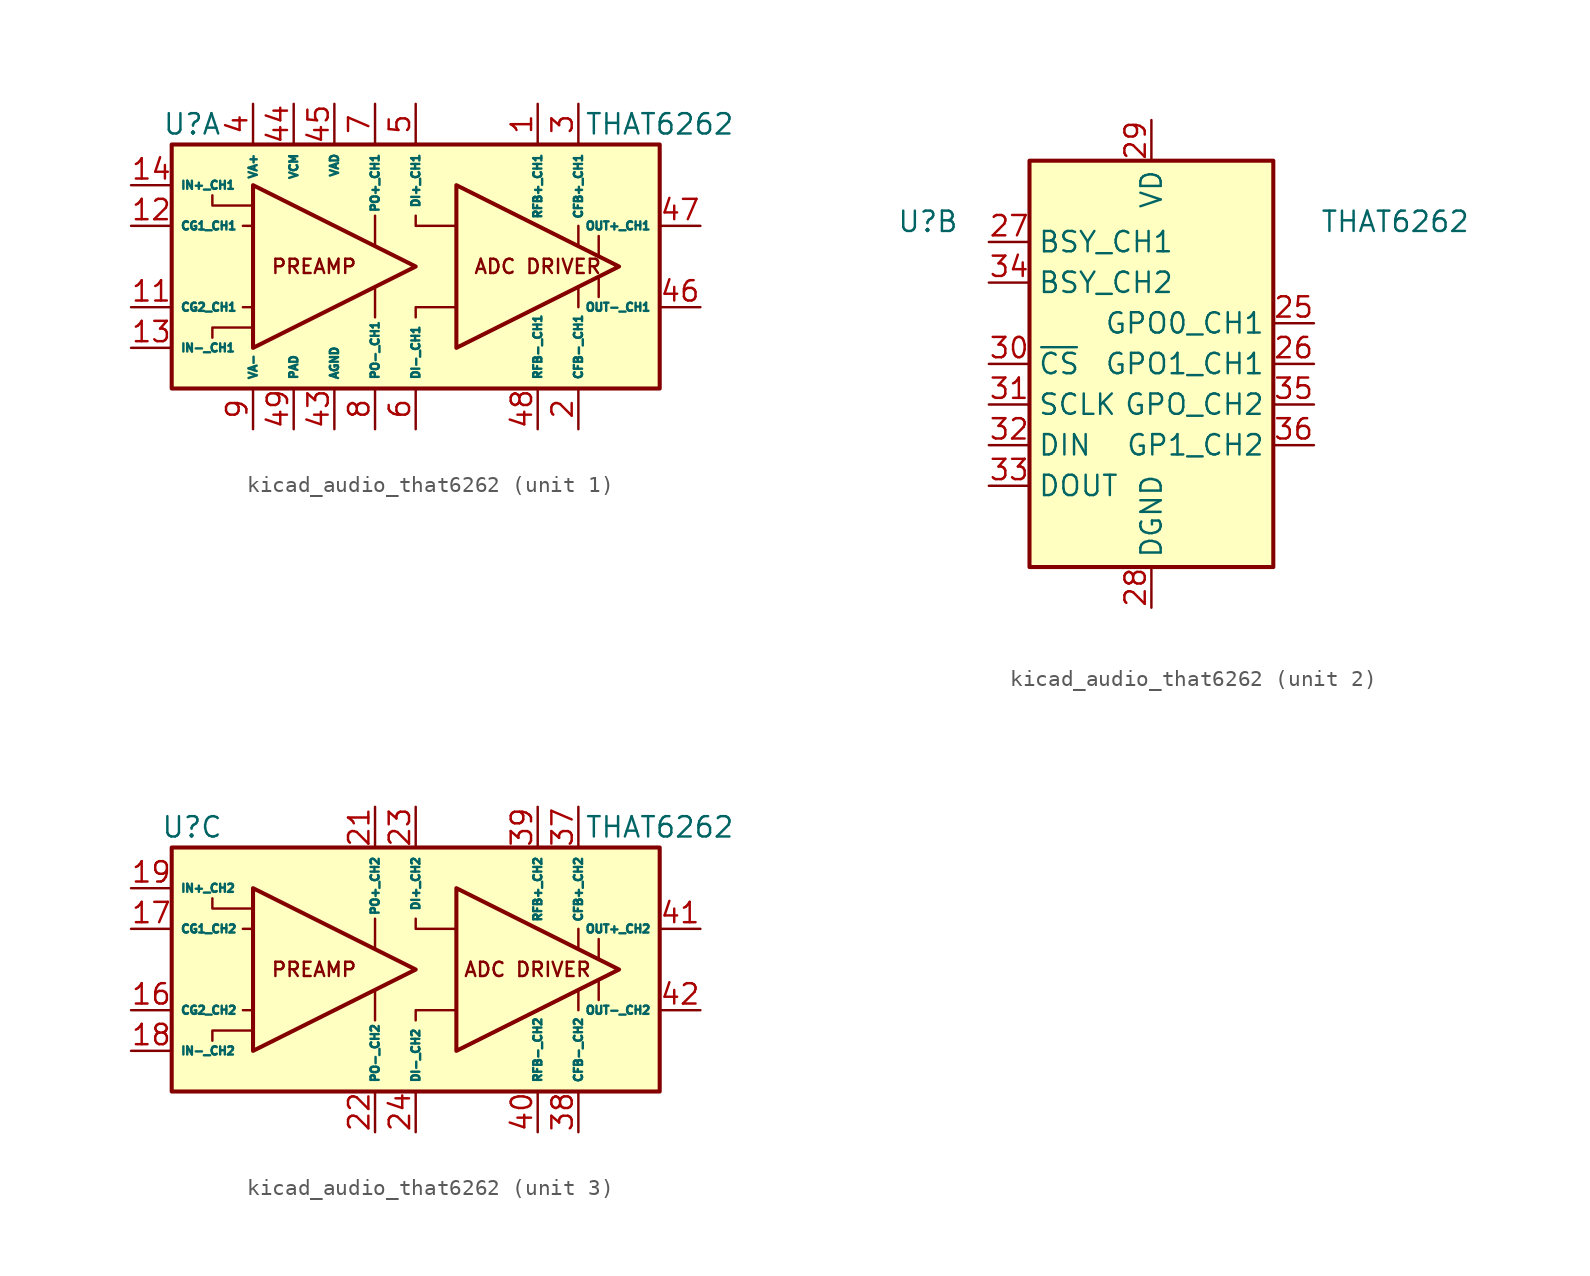
<source format=kicad_sym>
(kicad_symbol_lib
  (version 20220914)
  (generator kicad_symbol_editor)
  (symbol "kicad_audio_that6262"
    (property "Reference" "U"
      (at -13.97 8.89 0)
      (effects (font (size 1.27 1.27))))
    (property "Value" "THAT6262"
      (at 15.24 8.89 0)
      (effects (font (size 1.27 1.27))))
    (property "ki_locked" ""
      (at 0 0 0)
      (effects (font (size 1.27 1.27))))
    (symbol "kicad_audio_that6262_1_0"
      (polyline (pts (xy -10.795 -2.54) (xy -10.16 -2.54)) (stroke (width 0) (type default)) (fill (type none)))
      (polyline (pts (xy -10.795 2.54) (xy -10.16 2.54)) (stroke (width 0) (type default)) (fill (type none)))
      (polyline (pts (xy -2.54 -3.175) (xy -2.54 -1.27)) (stroke (width 0) (type default)) (fill (type none)))
      (polyline (pts (xy -2.54 3.175) (xy -2.54 1.27)) (stroke (width 0) (type default)) (fill (type none)))
      (polyline (pts (xy 10.16 -1.27) (xy 10.16 -2.54)) (stroke (width 0) (type default)) (fill (type none)))
      (polyline (pts (xy 10.16 2.54) (xy 10.16 1.27)) (stroke (width 0) (type default)) (fill (type none)))
      (polyline (pts (xy 11.43 -1.905) (xy 11.43 -0.635)) (stroke (width 0) (type default)) (fill (type none)))
      (polyline (pts (xy 11.43 0.635) (xy 11.43 1.905)) (stroke (width 0) (type default)) (fill (type none)))
      (polyline (pts (xy -12.7 -4.445) (xy -12.7 -3.81) (xy -10.16 -3.81)) (stroke (width 0) (type default)) (fill (type none)))
      (polyline (pts (xy 0 -3.175) (xy 0 -2.54) (xy 2.54 -2.54)) (stroke (width 0) (type default)) (fill (type none)))
      (polyline (pts (xy 0 3.175) (xy 0 2.54) (xy 2.54 2.54)) (stroke (width 0) (type default)) (fill (type none)))
      (polyline (pts (xy -12.7 4.445) (xy -12.7 3.81) (xy -10.795 3.81) (xy -10.16 3.81)) (stroke (width 0) (type default)) (fill (type none)))
      (text "ADC DRIVER" (at 7.62 0 0) (effects (font (size 0.889 0.889))))
      (text "PREAMP" (at -6.35 0 0) (effects (font (size 0.889 0.889)))))
    (symbol "kicad_audio_that6262_1_1"
      (rectangle (start -15.24 7.62) (end 15.24 -7.62) (stroke (width 0.254) (type default)) (fill (type background)))
      (polyline (pts (xy 0 0) (xy -10.16 5.08) (xy -10.16 -5.08) (xy 0 0)) (stroke (width 0.254) (type default)) (fill (type background)))
      (polyline (pts (xy 2.54 -5.08) (xy 2.54 5.08) (xy 12.7 0) (xy 2.54 -5.08)) (stroke (width 0.254) (type default)) (fill (type background)))
      (pin passive line (at 7.62 10.16 270) (length 2.54) (name "RFB+_CH1" (effects (font (size 0.508 0.508)))) (number "1" (effects (font (size 1.27 1.27)))))
      (pin passive line (at -10.16 10.16 270) (length 2.54) hide (name "VA+" (effects (font (size 0.508 0.508)))) (number "10" (effects (font (size 1.27 1.27)))))
      (pin passive line (at -17.78 -2.54 0) (length 2.54) (name "CG2_CH1" (effects (font (size 0.508 0.508)))) (number "11" (effects (font (size 1.27 1.27)))))
      (pin passive line (at -17.78 2.54 0) (length 2.54) (name "CG1_CH1" (effects (font (size 0.508 0.508)))) (number "12" (effects (font (size 1.27 1.27)))))
      (pin input line (at -17.78 -5.08 0) (length 2.54) (name "IN-_CH1" (effects (font (size 0.508 0.508)))) (number "13" (effects (font (size 1.27 1.27)))))
      (pin input line (at -17.78 5.08 0) (length 2.54) (name "IN+_CH1" (effects (font (size 0.508 0.508)))) (number "14" (effects (font (size 1.27 1.27)))))
      (pin passive line (at -10.16 -10.16 90) (length 2.54) hide (name "VA-" (effects (font (size 0.508 0.508)))) (number "15" (effects (font (size 1.27 1.27)))))
      (pin passive line (at 10.16 -10.16 90) (length 2.54) (name "CFB-_CH1" (effects (font (size 0.508 0.508)))) (number "2" (effects (font (size 1.27 1.27)))))
      (pin passive line (at -10.16 -10.16 90) (length 2.54) hide (name "VA-" (effects (font (size 0.508 0.508)))) (number "20" (effects (font (size 1.27 1.27)))))
      (pin passive line (at 10.16 10.16 270) (length 2.54) (name "CFB+_CH1" (effects (font (size 0.508 0.508)))) (number "3" (effects (font (size 1.27 1.27)))))
      (pin power_in line (at -10.16 10.16 270) (length 2.54) (name "VA+" (effects (font (size 0.508 0.508)))) (number "4" (effects (font (size 1.27 1.27)))))
      (pin power_in line (at -5.08 -10.16 90) (length 2.54) (name "AGND" (effects (font (size 0.508 0.508)))) (number "43" (effects (font (size 1.27 1.27)))))
      (pin power_in line (at -7.62 10.16 270) (length 2.54) (name "VCM" (effects (font (size 0.508 0.508)))) (number "44" (effects (font (size 1.27 1.27)))))
      (pin power_in line (at -5.08 10.16 270) (length 2.54) (name "VAD" (effects (font (size 0.508 0.508)))) (number "45" (effects (font (size 1.27 1.27)))))
      (pin output line (at 17.78 -2.54 180) (length 2.54) (name "OUT-_CH1" (effects (font (size 0.508 0.508)))) (number "46" (effects (font (size 1.27 1.27)))))
      (pin output line (at 17.78 2.54 180) (length 2.54) (name "OUT+_CH1" (effects (font (size 0.508 0.508)))) (number "47" (effects (font (size 1.27 1.27)))))
      (pin passive line (at 7.62 -10.16 90) (length 2.54) (name "RFB-_CH1" (effects (font (size 0.508 0.508)))) (number "48" (effects (font (size 1.27 1.27)))))
      (pin passive line (at -7.62 -10.16 90) (length 2.54) (name "PAD" (effects (font (size 0.508 0.508)))) (number "49" (effects (font (size 1.27 1.27)))))
      (pin input line (at 0 10.16 270) (length 2.54) (name "DI+_CH1" (effects (font (size 0.508 0.508)))) (number "5" (effects (font (size 1.27 1.27)))))
      (pin input line (at 0 -10.16 90) (length 2.54) (name "DI-_CH1" (effects (font (size 0.508 0.508)))) (number "6" (effects (font (size 1.27 1.27)))))
      (pin output line (at -2.54 10.16 270) (length 2.54) (name "PO+_CH1" (effects (font (size 0.508 0.508)))) (number "7" (effects (font (size 1.27 1.27)))))
      (pin output line (at -2.54 -10.16 90) (length 2.54) (name "PO-_CH1" (effects (font (size 0.508 0.508)))) (number "8" (effects (font (size 1.27 1.27)))))
      (pin power_in line (at -10.16 -10.16 90) (length 2.54) (name "VA-" (effects (font (size 0.508 0.508)))) (number "9" (effects (font (size 1.27 1.27))))))
    (symbol "kicad_audio_that6262_2_1"
      (rectangle (start -7.62 12.7) (end 7.62 -12.7) (stroke (width 0.254) (type default)) (fill (type background)))
      (pin output line (at 10.16 2.54 180) (length 2.54) (name "GPO0_CH1" (effects (font (size 1.27 1.27)))) (number "25" (effects (font (size 1.27 1.27)))))
      (pin output line (at 10.16 0 180) (length 2.54) (name "GPO1_CH1" (effects (font (size 1.27 1.27)))) (number "26" (effects (font (size 1.27 1.27)))))
      (pin output line (at -10.16 7.62 0) (length 2.54) (name "BSY_CH1" (effects (font (size 1.27 1.27)))) (number "27" (effects (font (size 1.27 1.27)))))
      (pin power_in line (at 0 -15.24 90) (length 2.54) (name "DGND" (effects (font (size 1.27 1.27)))) (number "28" (effects (font (size 1.27 1.27)))))
      (pin power_in line (at 0 15.24 270) (length 2.54) (name "VD" (effects (font (size 1.27 1.27)))) (number "29" (effects (font (size 1.27 1.27)))))
      (pin input line (at -10.16 0 0) (length 2.54) (name "~{CS}" (effects (font (size 1.27 1.27)))) (number "30" (effects (font (size 1.27 1.27)))))
      (pin input line (at -10.16 -2.54 0) (length 2.54) (name "SCLK" (effects (font (size 1.27 1.27)))) (number "31" (effects (font (size 1.27 1.27)))))
      (pin input line (at -10.16 -5.08 0) (length 2.54) (name "DIN" (effects (font (size 1.27 1.27)))) (number "32" (effects (font (size 1.27 1.27)))))
      (pin tri_state line (at -10.16 -7.62 0) (length 2.54) (name "DOUT" (effects (font (size 1.27 1.27)))) (number "33" (effects (font (size 1.27 1.27)))))
      (pin output line (at -10.16 5.08 0) (length 2.54) (name "BSY_CH2" (effects (font (size 1.27 1.27)))) (number "34" (effects (font (size 1.27 1.27)))))
      (pin output line (at 10.16 -2.54 180) (length 2.54) (name "GPO_CH2" (effects (font (size 1.27 1.27)))) (number "35" (effects (font (size 1.27 1.27)))))
      (pin output line (at 10.16 -5.08 180) (length 2.54) (name "GP1_CH2" (effects (font (size 1.27 1.27)))) (number "36" (effects (font (size 1.27 1.27))))))
    (symbol "kicad_audio_that6262_3_0"
      (polyline (pts (xy -10.795 2.54) (xy -10.16 2.54)) (stroke (width 0) (type default)) (fill (type none)))
      (polyline (pts (xy -10.16 -2.54) (xy -10.795 -2.54)) (stroke (width 0) (type default)) (fill (type none)))
      (polyline (pts (xy -2.54 -3.175) (xy -2.54 -1.27)) (stroke (width 0) (type default)) (fill (type none)))
      (polyline (pts (xy -2.54 3.175) (xy -2.54 1.27)) (stroke (width 0) (type default)) (fill (type none)))
      (polyline (pts (xy 10.16 -1.27) (xy 10.16 -2.54)) (stroke (width 0) (type default)) (fill (type none)))
      (polyline (pts (xy 10.16 2.54) (xy 10.16 1.27)) (stroke (width 0) (type default)) (fill (type none)))
      (polyline (pts (xy 11.43 -0.635) (xy 11.43 -1.905)) (stroke (width 0) (type default)) (fill (type none)))
      (polyline (pts (xy 11.43 1.905) (xy 11.43 0.635)) (stroke (width 0) (type default)) (fill (type none)))
      (polyline (pts (xy -12.7 -4.445) (xy -12.7 -3.81) (xy -10.16 -3.81)) (stroke (width 0) (type default)) (fill (type none)))
      (polyline (pts (xy -12.7 4.445) (xy -12.7 3.81) (xy -10.16 3.81)) (stroke (width 0) (type default)) (fill (type none)))
      (polyline (pts (xy 0 -3.175) (xy 0 -2.54) (xy 2.54 -2.54)) (stroke (width 0) (type default)) (fill (type none)))
      (polyline (pts (xy 0 3.175) (xy 0 2.54) (xy 2.54 2.54)) (stroke (width 0) (type default)) (fill (type none)))
      (text "ADC DRIVER" (at 6.985 0 0) (effects (font (size 0.889 0.889))))
      (text "PREAMP" (at -6.35 0 0) (effects (font (size 0.889 0.889)))))
    (symbol "kicad_audio_that6262_3_1"
      (rectangle (start -15.24 7.62) (end 15.24 -7.62) (stroke (width 0.254) (type default)) (fill (type background)))
      (polyline (pts (xy 0 0) (xy -10.16 5.08) (xy -10.16 -5.08) (xy 0 0)) (stroke (width 0.254) (type default)) (fill (type background)))
      (polyline (pts (xy 2.54 -5.08) (xy 2.54 5.08) (xy 12.7 0) (xy 2.54 -5.08)) (stroke (width 0.254) (type default)) (fill (type background)))
      (pin passive line (at -17.78 -2.54 0) (length 2.54) (name "CG2_CH2" (effects (font (size 0.508 0.508)))) (number "16" (effects (font (size 1.27 1.27)))))
      (pin passive line (at -17.78 2.54 0) (length 2.54) (name "CG1_CH2" (effects (font (size 0.508 0.508)))) (number "17" (effects (font (size 1.27 1.27)))))
      (pin input line (at -17.78 -5.08 0) (length 2.54) (name "IN-_CH2" (effects (font (size 0.508 0.508)))) (number "18" (effects (font (size 1.27 1.27)))))
      (pin input line (at -17.78 5.08 0) (length 2.54) (name "IN+_CH2" (effects (font (size 0.508 0.508)))) (number "19" (effects (font (size 1.27 1.27)))))
      (pin output line (at -2.54 10.16 270) (length 2.54) (name "PO+_CH2" (effects (font (size 0.508 0.508)))) (number "21" (effects (font (size 1.27 1.27)))))
      (pin output line (at -2.54 -10.16 90) (length 2.54) (name "PO-_CH2" (effects (font (size 0.508 0.508)))) (number "22" (effects (font (size 1.27 1.27)))))
      (pin input line (at 0 10.16 270) (length 2.54) (name "DI+_CH2" (effects (font (size 0.508 0.508)))) (number "23" (effects (font (size 1.27 1.27)))))
      (pin input line (at 0 -10.16 90) (length 2.54) (name "DI-_CH2" (effects (font (size 0.508 0.508)))) (number "24" (effects (font (size 1.27 1.27)))))
      (pin passive line (at 10.16 10.16 270) (length 2.54) (name "CFB+_CH2" (effects (font (size 0.508 0.508)))) (number "37" (effects (font (size 1.27 1.27)))))
      (pin passive line (at 10.16 -10.16 90) (length 2.54) (name "CFB-_CH2" (effects (font (size 0.508 0.508)))) (number "38" (effects (font (size 1.27 1.27)))))
      (pin passive line (at 7.62 10.16 270) (length 2.54) (name "RFB+_CH2" (effects (font (size 0.508 0.508)))) (number "39" (effects (font (size 1.27 1.27)))))
      (pin passive line (at 7.62 -10.16 90) (length 2.54) (name "RFB-_CH2" (effects (font (size 0.508 0.508)))) (number "40" (effects (font (size 1.27 1.27)))))
      (pin output line (at 17.78 2.54 180) (length 2.54) (name "OUT+_CH2" (effects (font (size 0.508 0.508)))) (number "41" (effects (font (size 1.27 1.27)))))
      (pin output line (at 17.78 -2.54 180) (length 2.54) (name "OUT-_CH2" (effects (font (size 0.508 0.508)))) (number "42" (effects (font (size 1.27 1.27))))))))
</source>
